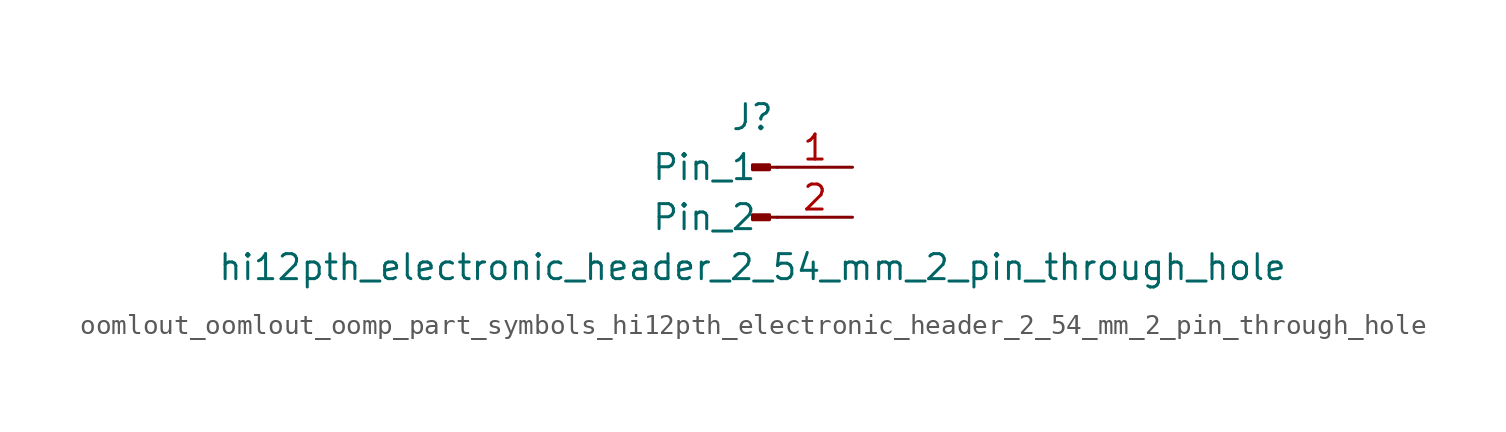
<source format=kicad_sym>
(kicad_symbol_lib
  (version 20220914)
  (generator kicad_symbol_editor)
  (symbol "oomlout_oomlout_oomp_part_symbols_hi12pth_electronic_header_2_54_mm_2_pin_through_hole"
    (pin_names
      (offset 1.016))
    (property "Reference" "J"
      (at 0 2.54 0)
      (effects (font (size 1.27 1.27))))
    (property "Value" "hi12pth_electronic_header_2_54_mm_2_pin_through_hole"
      (at 0 -5.08 0)
      (effects (font (size 1.27 1.27))))
    (property "ki_locked" ""
      (at 0 0 0)
      (effects (font (size 1.27 1.27))))
    (symbol "oomlout_oomlout_oomp_part_symbols_hi12pth_electronic_header_2_54_mm_2_pin_through_hole_1_1"
      (polyline (pts (xy 1.27 -2.54) (xy 0.864 -2.54)) (stroke (width 0.152) (type default)) (fill (type none)))
      (polyline (pts (xy 1.27 0) (xy 0.864 0)) (stroke (width 0.152) (type default)) (fill (type none)))
      (rectangle (start 0.864 -2.413) (end 0 -2.667) (stroke (width 0.152) (type default)) (fill (type outline)))
      (rectangle (start 0.864 0.127) (end 0 -0.127) (stroke (width 0.152) (type default)) (fill (type outline)))
      (pin passive line (at 5.08 0 180) (length 3.81) (name "Pin_1" (effects (font (size 1.27 1.27)))) (number "1" (effects (font (size 1.27 1.27)))))
      (pin passive line (at 5.08 -2.54 180) (length 3.81) (name "Pin_2" (effects (font (size 1.27 1.27)))) (number "2" (effects (font (size 1.27 1.27))))))))
</source>
